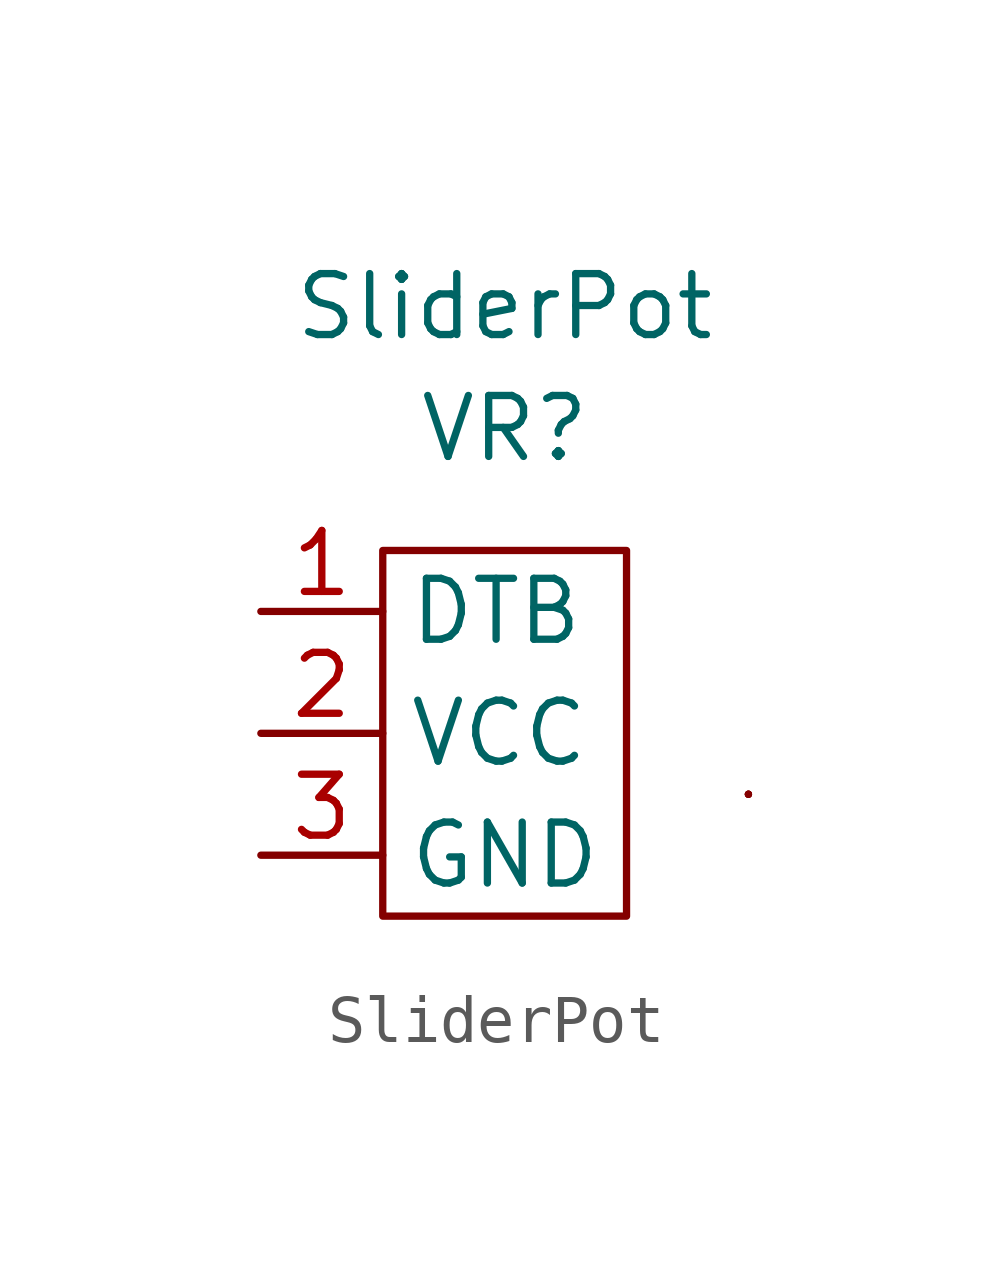
<source format=kicad_sym>
(kicad_symbol_lib
  (version 20211014)
  (generator kicad_symbol_editor)
  (symbol "SliderPot"
    (property "Reference" "VR"
      (at 0 6.35 0)
      (effects (font (size 1.27 1.27))))
    (property "Value" "SliderPot"
      (at 0 8.89 0)
      (effects (font (size 1.27 1.27))))
    (symbol "SliderPot_0_1"
      (rectangle (start -2.54 3.81) (end 2.54 -3.81) (stroke (width 0) (type default) (color 0 0 0 0)) (fill (type none)))
      (rectangle (start 5.08 -1.27) (end 5.08 -1.27) (stroke (width 0) (type default) (color 0 0 0 0)) (fill (type none)))
      (rectangle (start 5.08 -1.27) (end 5.08 -1.27) (stroke (width 0) (type default) (color 0 0 0 0)) (fill (type none)))
      (rectangle (start 5.08 -1.27) (end 5.08 -1.27) (stroke (width 0) (type default) (color 0 0 0 0)) (fill (type none)))
      (rectangle (start 5.08 -1.27) (end 5.08 -1.27) (stroke (width 0) (type default) (color 0 0 0 0)) (fill (type none))))
    (symbol "SliderPot_1_1"
      (pin output line (at -5.08 2.54 0) (length 2.54) (name "DTB" (effects (font (size 1.27 1.27)))) (number "1" (effects (font (size 1.27 1.27)))))
      (pin power_in line (at -5.08 0 0) (length 2.54) (name "VCC" (effects (font (size 1.27 1.27)))) (number "2" (effects (font (size 1.27 1.27)))))
      (pin power_in line (at -5.08 -2.54 0) (length 2.54) (name "GND" (effects (font (size 1.27 1.27)))) (number "3" (effects (font (size 1.27 1.27))))))))
</source>
